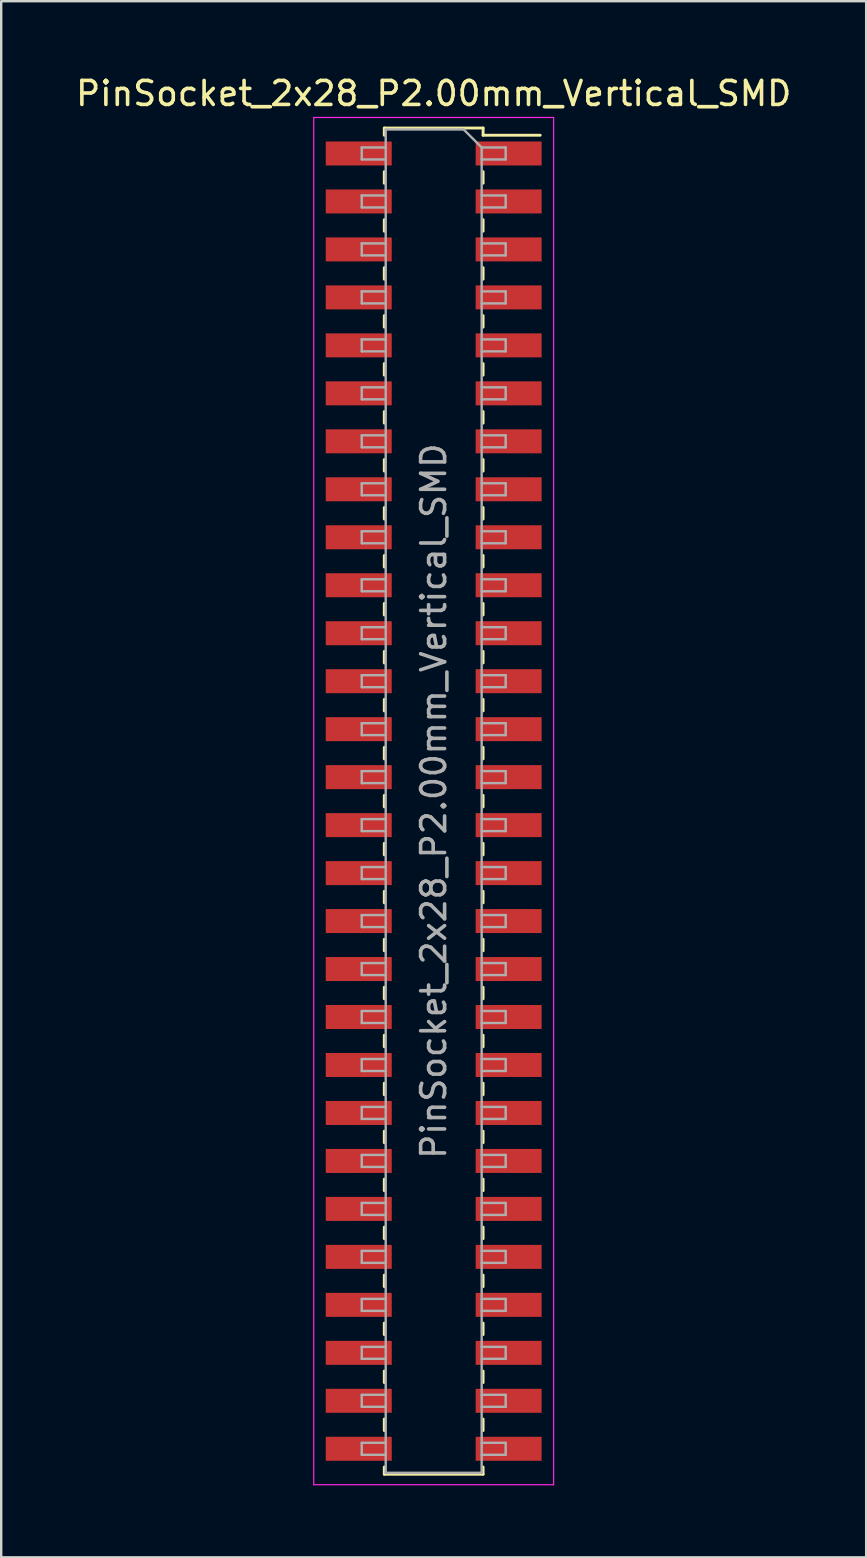
<source format=kicad_pcb>
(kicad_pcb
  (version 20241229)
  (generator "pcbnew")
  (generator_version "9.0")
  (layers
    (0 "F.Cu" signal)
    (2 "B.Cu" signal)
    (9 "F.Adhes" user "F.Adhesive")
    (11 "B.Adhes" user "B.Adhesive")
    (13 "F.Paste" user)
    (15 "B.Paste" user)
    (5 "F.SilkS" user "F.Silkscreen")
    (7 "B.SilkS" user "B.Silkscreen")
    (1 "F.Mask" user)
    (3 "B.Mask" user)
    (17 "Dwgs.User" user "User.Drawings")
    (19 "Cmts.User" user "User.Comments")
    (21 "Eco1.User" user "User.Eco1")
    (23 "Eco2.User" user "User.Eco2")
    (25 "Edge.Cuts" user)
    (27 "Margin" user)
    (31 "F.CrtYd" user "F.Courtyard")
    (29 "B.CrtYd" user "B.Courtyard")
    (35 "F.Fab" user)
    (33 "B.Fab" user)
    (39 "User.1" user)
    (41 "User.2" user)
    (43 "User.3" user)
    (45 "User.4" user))
  (footprint "PinSocket_2x28_P2.00mm_Vertical_SMD"
    (layer "F.Cu")
    (at 15.03 30.348)
    (property "Reference" "PinSocket_2x28_P2.00mm_Vertical_SMD" (at 0 -29.5 0) (layer "F.SilkS") (effects (font (size 1 1) (thickness 0.15))))
    (attr smd)
    (fp_line (start -2.06 -28.06) (end -2.06 -27.76) (stroke (width 0.12) (type solid)) (layer "F.SilkS"))
    (fp_line (start -2.06 -28.06) (end 2.06 -28.06) (stroke (width 0.12) (type solid)) (layer "F.SilkS"))
    (fp_line (start -2.06 -26.24) (end -2.06 -25.76) (stroke (width 0.12) (type solid)) (layer "F.SilkS"))
    (fp_line (start -2.06 -24.24) (end -2.06 -23.76) (stroke (width 0.12) (type solid)) (layer "F.SilkS"))
    (fp_line (start -2.06 -22.24) (end -2.06 -21.76) (stroke (width 0.12) (type solid)) (layer "F.SilkS"))
    (fp_line (start -2.06 -20.24) (end -2.06 -19.76) (stroke (width 0.12) (type solid)) (layer "F.SilkS"))
    (fp_line (start -2.06 -18.24) (end -2.06 -17.76) (stroke (width 0.12) (type solid)) (layer "F.SilkS"))
    (fp_line (start -2.06 -16.24) (end -2.06 -15.76) (stroke (width 0.12) (type solid)) (layer "F.SilkS"))
    (fp_line (start -2.06 -14.24) (end -2.06 -13.76) (stroke (width 0.12) (type solid)) (layer "F.SilkS"))
    (fp_line (start -2.06 -12.24) (end -2.06 -11.76) (stroke (width 0.12) (type solid)) (layer "F.SilkS"))
    (fp_line (start -2.06 -10.24) (end -2.06 -9.76) (stroke (width 0.12) (type solid)) (layer "F.SilkS"))
    (fp_line (start -2.06 -8.24) (end -2.06 -7.76) (stroke (width 0.12) (type solid)) (layer "F.SilkS"))
    (fp_line (start -2.06 -6.24) (end -2.06 -5.76) (stroke (width 0.12) (type solid)) (layer "F.SilkS"))
    (fp_line (start -2.06 -4.24) (end -2.06 -3.76) (stroke (width 0.12) (type solid)) (layer "F.SilkS"))
    (fp_line (start -2.06 -2.24) (end -2.06 -1.76) (stroke (width 0.12) (type solid)) (layer "F.SilkS"))
    (fp_line (start -2.06 -0.24) (end -2.06 0.24) (stroke (width 0.12) (type solid)) (layer "F.SilkS"))
    (fp_line (start -2.06 1.76) (end -2.06 2.24) (stroke (width 0.12) (type solid)) (layer "F.SilkS"))
    (fp_line (start -2.06 3.76) (end -2.06 4.24) (stroke (width 0.12) (type solid)) (layer "F.SilkS"))
    (fp_line (start -2.06 5.76) (end -2.06 6.24) (stroke (width 0.12) (type solid)) (layer "F.SilkS"))
    (fp_line (start -2.06 7.76) (end -2.06 8.24) (stroke (width 0.12) (type solid)) (layer "F.SilkS"))
    (fp_line (start -2.06 9.76) (end -2.06 10.24) (stroke (width 0.12) (type solid)) (layer "F.SilkS"))
    (fp_line (start -2.06 11.76) (end -2.06 12.24) (stroke (width 0.12) (type solid)) (layer "F.SilkS"))
    (fp_line (start -2.06 13.76) (end -2.06 14.24) (stroke (width 0.12) (type solid)) (layer "F.SilkS"))
    (fp_line (start -2.06 15.76) (end -2.06 16.24) (stroke (width 0.12) (type solid)) (layer "F.SilkS"))
    (fp_line (start -2.06 17.76) (end -2.06 18.24) (stroke (width 0.12) (type solid)) (layer "F.SilkS"))
    (fp_line (start -2.06 19.76) (end -2.06 20.24) (stroke (width 0.12) (type solid)) (layer "F.SilkS"))
    (fp_line (start -2.06 21.76) (end -2.06 22.24) (stroke (width 0.12) (type solid)) (layer "F.SilkS"))
    (fp_line (start -2.06 23.76) (end -2.06 24.24) (stroke (width 0.12) (type solid)) (layer "F.SilkS"))
    (fp_line (start -2.06 25.76) (end -2.06 26.24) (stroke (width 0.12) (type solid)) (layer "F.SilkS"))
    (fp_line (start -2.06 27.76) (end -2.06 28.06) (stroke (width 0.12) (type solid)) (layer "F.SilkS"))
    (fp_line (start -2.06 28.06) (end 2.06 28.06) (stroke (width 0.12) (type solid)) (layer "F.SilkS"))
    (fp_line (start 2.06 -28.06) (end 2.06 -27.76) (stroke (width 0.12) (type solid)) (layer "F.SilkS"))
    (fp_line (start 2.06 -27.76) (end 4.44 -27.76) (stroke (width 0.12) (type solid)) (layer "F.SilkS"))
    (fp_line (start 2.06 -26.24) (end 2.06 -25.76) (stroke (width 0.12) (type solid)) (layer "F.SilkS"))
    (fp_line (start 2.06 -24.24) (end 2.06 -23.76) (stroke (width 0.12) (type solid)) (layer "F.SilkS"))
    (fp_line (start 2.06 -22.24) (end 2.06 -21.76) (stroke (width 0.12) (type solid)) (layer "F.SilkS"))
    (fp_line (start 2.06 -20.24) (end 2.06 -19.76) (stroke (width 0.12) (type solid)) (layer "F.SilkS"))
    (fp_line (start 2.06 -18.24) (end 2.06 -17.76) (stroke (width 0.12) (type solid)) (layer "F.SilkS"))
    (fp_line (start 2.06 -16.24) (end 2.06 -15.76) (stroke (width 0.12) (type solid)) (layer "F.SilkS"))
    (fp_line (start 2.06 -14.24) (end 2.06 -13.76) (stroke (width 0.12) (type solid)) (layer "F.SilkS"))
    (fp_line (start 2.06 -12.24) (end 2.06 -11.76) (stroke (width 0.12) (type solid)) (layer "F.SilkS"))
    (fp_line (start 2.06 -10.24) (end 2.06 -9.76) (stroke (width 0.12) (type solid)) (layer "F.SilkS"))
    (fp_line (start 2.06 -8.24) (end 2.06 -7.76) (stroke (width 0.12) (type solid)) (layer "F.SilkS"))
    (fp_line (start 2.06 -6.24) (end 2.06 -5.76) (stroke (width 0.12) (type solid)) (layer "F.SilkS"))
    (fp_line (start 2.06 -4.24) (end 2.06 -3.76) (stroke (width 0.12) (type solid)) (layer "F.SilkS"))
    (fp_line (start 2.06 -2.24) (end 2.06 -1.76) (stroke (width 0.12) (type solid)) (layer "F.SilkS"))
    (fp_line (start 2.06 -0.24) (end 2.06 0.24) (stroke (width 0.12) (type solid)) (layer "F.SilkS"))
    (fp_line (start 2.06 1.76) (end 2.06 2.24) (stroke (width 0.12) (type solid)) (layer "F.SilkS"))
    (fp_line (start 2.06 3.76) (end 2.06 4.24) (stroke (width 0.12) (type solid)) (layer "F.SilkS"))
    (fp_line (start 2.06 5.76) (end 2.06 6.24) (stroke (width 0.12) (type solid)) (layer "F.SilkS"))
    (fp_line (start 2.06 7.76) (end 2.06 8.24) (stroke (width 0.12) (type solid)) (layer "F.SilkS"))
    (fp_line (start 2.06 9.76) (end 2.06 10.24) (stroke (width 0.12) (type solid)) (layer "F.SilkS"))
    (fp_line (start 2.06 11.76) (end 2.06 12.24) (stroke (width 0.12) (type solid)) (layer "F.SilkS"))
    (fp_line (start 2.06 13.76) (end 2.06 14.24) (stroke (width 0.12) (type solid)) (layer "F.SilkS"))
    (fp_line (start 2.06 15.76) (end 2.06 16.24) (stroke (width 0.12) (type solid)) (layer "F.SilkS"))
    (fp_line (start 2.06 17.76) (end 2.06 18.24) (stroke (width 0.12) (type solid)) (layer "F.SilkS"))
    (fp_line (start 2.06 19.76) (end 2.06 20.24) (stroke (width 0.12) (type solid)) (layer "F.SilkS"))
    (fp_line (start 2.06 21.76) (end 2.06 22.24) (stroke (width 0.12) (type solid)) (layer "F.SilkS"))
    (fp_line (start 2.06 23.76) (end 2.06 24.24) (stroke (width 0.12) (type solid)) (layer "F.SilkS"))
    (fp_line (start 2.06 25.76) (end 2.06 26.24) (stroke (width 0.12) (type solid)) (layer "F.SilkS"))
    (fp_line (start 2.06 27.76) (end 2.06 28.06) (stroke (width 0.12) (type solid)) (layer "F.SilkS"))
    (fp_line (start -5 -28.5) (end 5 -28.5) (stroke (width 0.05) (type solid)) (layer "F.CrtYd"))
    (fp_line (start -5 28.5) (end -5 -28.5) (stroke (width 0.05) (type solid)) (layer "F.CrtYd"))
    (fp_line (start 5 -28.5) (end 5 28.5) (stroke (width 0.05) (type solid)) (layer "F.CrtYd"))
    (fp_line (start 5 28.5) (end -5 28.5) (stroke (width 0.05) (type solid)) (layer "F.CrtYd"))
    (fp_line (start -3 -27.25) (end -2 -27.25) (stroke (width 0.1) (type solid)) (layer "F.Fab"))
    (fp_line (start -3 -26.75) (end -3 -27.25) (stroke (width 0.1) (type solid)) (layer "F.Fab"))
    (fp_line (start -3 -25.25) (end -2 -25.25) (stroke (width 0.1) (type solid)) (layer "F.Fab"))
    (fp_line (start -3 -24.75) (end -3 -25.25) (stroke (width 0.1) (type solid)) (layer "F.Fab"))
    (fp_line (start -3 -23.25) (end -2 -23.25) (stroke (width 0.1) (type solid)) (layer "F.Fab"))
    (fp_line (start -3 -22.75) (end -3 -23.25) (stroke (width 0.1) (type solid)) (layer "F.Fab"))
    (fp_line (start -3 -21.25) (end -2 -21.25) (stroke (width 0.1) (type solid)) (layer "F.Fab"))
    (fp_line (start -3 -20.75) (end -3 -21.25) (stroke (width 0.1) (type solid)) (layer "F.Fab"))
    (fp_line (start -3 -19.25) (end -2 -19.25) (stroke (width 0.1) (type solid)) (layer "F.Fab"))
    (fp_line (start -3 -18.75) (end -3 -19.25) (stroke (width 0.1) (type solid)) (layer "F.Fab"))
    (fp_line (start -3 -17.25) (end -2 -17.25) (stroke (width 0.1) (type solid)) (layer "F.Fab"))
    (fp_line (start -3 -16.75) (end -3 -17.25) (stroke (width 0.1) (type solid)) (layer "F.Fab"))
    (fp_line (start -3 -15.25) (end -2 -15.25) (stroke (width 0.1) (type solid)) (layer "F.Fab"))
    (fp_line (start -3 -14.75) (end -3 -15.25) (stroke (width 0.1) (type solid)) (layer "F.Fab"))
    (fp_line (start -3 -13.25) (end -2 -13.25) (stroke (width 0.1) (type solid)) (layer "F.Fab"))
    (fp_line (start -3 -12.75) (end -3 -13.25) (stroke (width 0.1) (type solid)) (layer "F.Fab"))
    (fp_line (start -3 -11.25) (end -2 -11.25) (stroke (width 0.1) (type solid)) (layer "F.Fab"))
    (fp_line (start -3 -10.75) (end -3 -11.25) (stroke (width 0.1) (type solid)) (layer "F.Fab"))
    (fp_line (start -3 -9.25) (end -2 -9.25) (stroke (width 0.1) (type solid)) (layer "F.Fab"))
    (fp_line (start -3 -8.75) (end -3 -9.25) (stroke (width 0.1) (type solid)) (layer "F.Fab"))
    (fp_line (start -3 -7.25) (end -2 -7.25) (stroke (width 0.1) (type solid)) (layer "F.Fab"))
    (fp_line (start -3 -6.75) (end -3 -7.25) (stroke (width 0.1) (type solid)) (layer "F.Fab"))
    (fp_line (start -3 -5.25) (end -2 -5.25) (stroke (width 0.1) (type solid)) (layer "F.Fab"))
    (fp_line (start -3 -4.75) (end -3 -5.25) (stroke (width 0.1) (type solid)) (layer "F.Fab"))
    (fp_line (start -3 -3.25) (end -2 -3.25) (stroke (width 0.1) (type solid)) (layer "F.Fab"))
    (fp_line (start -3 -2.75) (end -3 -3.25) (stroke (width 0.1) (type solid)) (layer "F.Fab"))
    (fp_line (start -3 -1.25) (end -2 -1.25) (stroke (width 0.1) (type solid)) (layer "F.Fab"))
    (fp_line (start -3 -0.75) (end -3 -1.25) (stroke (width 0.1) (type solid)) (layer "F.Fab"))
    (fp_line (start -3 0.75) (end -2 0.75) (stroke (width 0.1) (type solid)) (layer "F.Fab"))
    (fp_line (start -3 1.25) (end -3 0.75) (stroke (width 0.1) (type solid)) (layer "F.Fab"))
    (fp_line (start -3 2.75) (end -2 2.75) (stroke (width 0.1) (type solid)) (layer "F.Fab"))
    (fp_line (start -3 3.25) (end -3 2.75) (stroke (width 0.1) (type solid)) (layer "F.Fab"))
    (fp_line (start -3 4.75) (end -2 4.75) (stroke (width 0.1) (type solid)) (layer "F.Fab"))
    (fp_line (start -3 5.25) (end -3 4.75) (stroke (width 0.1) (type solid)) (layer "F.Fab"))
    (fp_line (start -3 6.75) (end -2 6.75) (stroke (width 0.1) (type solid)) (layer "F.Fab"))
    (fp_line (start -3 7.25) (end -3 6.75) (stroke (width 0.1) (type solid)) (layer "F.Fab"))
    (fp_line (start -3 8.75) (end -2 8.75) (stroke (width 0.1) (type solid)) (layer "F.Fab"))
    (fp_line (start -3 9.25) (end -3 8.75) (stroke (width 0.1) (type solid)) (layer "F.Fab"))
    (fp_line (start -3 10.75) (end -2 10.75) (stroke (width 0.1) (type solid)) (layer "F.Fab"))
    (fp_line (start -3 11.25) (end -3 10.75) (stroke (width 0.1) (type solid)) (layer "F.Fab"))
    (fp_line (start -3 12.75) (end -2 12.75) (stroke (width 0.1) (type solid)) (layer "F.Fab"))
    (fp_line (start -3 13.25) (end -3 12.75) (stroke (width 0.1) (type solid)) (layer "F.Fab"))
    (fp_line (start -3 14.75) (end -2 14.75) (stroke (width 0.1) (type solid)) (layer "F.Fab"))
    (fp_line (start -3 15.25) (end -3 14.75) (stroke (width 0.1) (type solid)) (layer "F.Fab"))
    (fp_line (start -3 16.75) (end -2 16.75) (stroke (width 0.1) (type solid)) (layer "F.Fab"))
    (fp_line (start -3 17.25) (end -3 16.75) (stroke (width 0.1) (type solid)) (layer "F.Fab"))
    (fp_line (start -3 18.75) (end -2 18.75) (stroke (width 0.1) (type solid)) (layer "F.Fab"))
    (fp_line (start -3 19.25) (end -3 18.75) (stroke (width 0.1) (type solid)) (layer "F.Fab"))
    (fp_line (start -3 20.75) (end -2 20.75) (stroke (width 0.1) (type solid)) (layer "F.Fab"))
    (fp_line (start -3 21.25) (end -3 20.75) (stroke (width 0.1) (type solid)) (layer "F.Fab"))
    (fp_line (start -3 22.75) (end -2 22.75) (stroke (width 0.1) (type solid)) (layer "F.Fab"))
    (fp_line (start -3 23.25) (end -3 22.75) (stroke (width 0.1) (type solid)) (layer "F.Fab"))
    (fp_line (start -3 24.75) (end -2 24.75) (stroke (width 0.1) (type solid)) (layer "F.Fab"))
    (fp_line (start -3 25.25) (end -3 24.75) (stroke (width 0.1) (type solid)) (layer "F.Fab"))
    (fp_line (start -3 26.75) (end -2 26.75) (stroke (width 0.1) (type solid)) (layer "F.Fab"))
    (fp_line (start -3 27.25) (end -3 26.75) (stroke (width 0.1) (type solid)) (layer "F.Fab"))
    (fp_line (start -2 -28) (end 1.25 -28) (stroke (width 0.1) (type solid)) (layer "F.Fab"))
    (fp_line (start -2 -26.75) (end -3 -26.75) (stroke (width 0.1) (type solid)) (layer "F.Fab"))
    (fp_line (start -2 -24.75) (end -3 -24.75) (stroke (width 0.1) (type solid)) (layer "F.Fab"))
    (fp_line (start -2 -22.75) (end -3 -22.75) (stroke (width 0.1) (type solid)) (layer "F.Fab"))
    (fp_line (start -2 -20.75) (end -3 -20.75) (stroke (width 0.1) (type solid)) (layer "F.Fab"))
    (fp_line (start -2 -18.75) (end -3 -18.75) (stroke (width 0.1) (type solid)) (layer "F.Fab"))
    (fp_line (start -2 -16.75) (end -3 -16.75) (stroke (width 0.1) (type solid)) (layer "F.Fab"))
    (fp_line (start -2 -14.75) (end -3 -14.75) (stroke (width 0.1) (type solid)) (layer "F.Fab"))
    (fp_line (start -2 -12.75) (end -3 -12.75) (stroke (width 0.1) (type solid)) (layer "F.Fab"))
    (fp_line (start -2 -10.75) (end -3 -10.75) (stroke (width 0.1) (type solid)) (layer "F.Fab"))
    (fp_line (start -2 -8.75) (end -3 -8.75) (stroke (width 0.1) (type solid)) (layer "F.Fab"))
    (fp_line (start -2 -6.75) (end -3 -6.75) (stroke (width 0.1) (type solid)) (layer "F.Fab"))
    (fp_line (start -2 -4.75) (end -3 -4.75) (stroke (width 0.1) (type solid)) (layer "F.Fab"))
    (fp_line (start -2 -2.75) (end -3 -2.75) (stroke (width 0.1) (type solid)) (layer "F.Fab"))
    (fp_line (start -2 -0.75) (end -3 -0.75) (stroke (width 0.1) (type solid)) (layer "F.Fab"))
    (fp_line (start -2 1.25) (end -3 1.25) (stroke (width 0.1) (type solid)) (layer "F.Fab"))
    (fp_line (start -2 3.25) (end -3 3.25) (stroke (width 0.1) (type solid)) (layer "F.Fab"))
    (fp_line (start -2 5.25) (end -3 5.25) (stroke (width 0.1) (type solid)) (layer "F.Fab"))
    (fp_line (start -2 7.25) (end -3 7.25) (stroke (width 0.1) (type solid)) (layer "F.Fab"))
    (fp_line (start -2 9.25) (end -3 9.25) (stroke (width 0.1) (type solid)) (layer "F.Fab"))
    (fp_line (start -2 11.25) (end -3 11.25) (stroke (width 0.1) (type solid)) (layer "F.Fab"))
    (fp_line (start -2 13.25) (end -3 13.25) (stroke (width 0.1) (type solid)) (layer "F.Fab"))
    (fp_line (start -2 15.25) (end -3 15.25) (stroke (width 0.1) (type solid)) (layer "F.Fab"))
    (fp_line (start -2 17.25) (end -3 17.25) (stroke (width 0.1) (type solid)) (layer "F.Fab"))
    (fp_line (start -2 19.25) (end -3 19.25) (stroke (width 0.1) (type solid)) (layer "F.Fab"))
    (fp_line (start -2 21.25) (end -3 21.25) (stroke (width 0.1) (type solid)) (layer "F.Fab"))
    (fp_line (start -2 23.25) (end -3 23.25) (stroke (width 0.1) (type solid)) (layer "F.Fab"))
    (fp_line (start -2 25.25) (end -3 25.25) (stroke (width 0.1) (type solid)) (layer "F.Fab"))
    (fp_line (start -2 27.25) (end -3 27.25) (stroke (width 0.1) (type solid)) (layer "F.Fab"))
    (fp_line (start -2 28) (end -2 -28) (stroke (width 0.1) (type solid)) (layer "F.Fab"))
    (fp_line (start 1.25 -28) (end 2 -27.25) (stroke (width 0.1) (type solid)) (layer "F.Fab"))
    (fp_line (start 2 -27.25) (end 2 28) (stroke (width 0.1) (type solid)) (layer "F.Fab"))
    (fp_line (start 2 -27.25) (end 3 -27.25) (stroke (width 0.1) (type solid)) (layer "F.Fab"))
    (fp_line (start 2 -25.25) (end 3 -25.25) (stroke (width 0.1) (type solid)) (layer "F.Fab"))
    (fp_line (start 2 -23.25) (end 3 -23.25) (stroke (width 0.1) (type solid)) (layer "F.Fab"))
    (fp_line (start 2 -21.25) (end 3 -21.25) (stroke (width 0.1) (type solid)) (layer "F.Fab"))
    (fp_line (start 2 -19.25) (end 3 -19.25) (stroke (width 0.1) (type solid)) (layer "F.Fab"))
    (fp_line (start 2 -17.25) (end 3 -17.25) (stroke (width 0.1) (type solid)) (layer "F.Fab"))
    (fp_line (start 2 -15.25) (end 3 -15.25) (stroke (width 0.1) (type solid)) (layer "F.Fab"))
    (fp_line (start 2 -13.25) (end 3 -13.25) (stroke (width 0.1) (type solid)) (layer "F.Fab"))
    (fp_line (start 2 -11.25) (end 3 -11.25) (stroke (width 0.1) (type solid)) (layer "F.Fab"))
    (fp_line (start 2 -9.25) (end 3 -9.25) (stroke (width 0.1) (type solid)) (layer "F.Fab"))
    (fp_line (start 2 -7.25) (end 3 -7.25) (stroke (width 0.1) (type solid)) (layer "F.Fab"))
    (fp_line (start 2 -5.25) (end 3 -5.25) (stroke (width 0.1) (type solid)) (layer "F.Fab"))
    (fp_line (start 2 -3.25) (end 3 -3.25) (stroke (width 0.1) (type solid)) (layer "F.Fab"))
    (fp_line (start 2 -1.25) (end 3 -1.25) (stroke (width 0.1) (type solid)) (layer "F.Fab"))
    (fp_line (start 2 0.75) (end 3 0.75) (stroke (width 0.1) (type solid)) (layer "F.Fab"))
    (fp_line (start 2 2.75) (end 3 2.75) (stroke (width 0.1) (type solid)) (layer "F.Fab"))
    (fp_line (start 2 4.75) (end 3 4.75) (stroke (width 0.1) (type solid)) (layer "F.Fab"))
    (fp_line (start 2 6.75) (end 3 6.75) (stroke (width 0.1) (type solid)) (layer "F.Fab"))
    (fp_line (start 2 8.75) (end 3 8.75) (stroke (width 0.1) (type solid)) (layer "F.Fab"))
    (fp_line (start 2 10.75) (end 3 10.75) (stroke (width 0.1) (type solid)) (layer "F.Fab"))
    (fp_line (start 2 12.75) (end 3 12.75) (stroke (width 0.1) (type solid)) (layer "F.Fab"))
    (fp_line (start 2 14.75) (end 3 14.75) (stroke (width 0.1) (type solid)) (layer "F.Fab"))
    (fp_line (start 2 16.75) (end 3 16.75) (stroke (width 0.1) (type solid)) (layer "F.Fab"))
    (fp_line (start 2 18.75) (end 3 18.75) (stroke (width 0.1) (type solid)) (layer "F.Fab"))
    (fp_line (start 2 20.75) (end 3 20.75) (stroke (width 0.1) (type solid)) (layer "F.Fab"))
    (fp_line (start 2 22.75) (end 3 22.75) (stroke (width 0.1) (type solid)) (layer "F.Fab"))
    (fp_line (start 2 24.75) (end 3 24.75) (stroke (width 0.1) (type solid)) (layer "F.Fab"))
    (fp_line (start 2 26.75) (end 3 26.75) (stroke (width 0.1) (type solid)) (layer "F.Fab"))
    (fp_line (start 2 28) (end -2 28) (stroke (width 0.1) (type solid)) (layer "F.Fab"))
    (fp_line (start 3 -27.25) (end 3 -26.75) (stroke (width 0.1) (type solid)) (layer "F.Fab"))
    (fp_line (start 3 -26.75) (end 2 -26.75) (stroke (width 0.1) (type solid)) (layer "F.Fab"))
    (fp_line (start 3 -25.25) (end 3 -24.75) (stroke (width 0.1) (type solid)) (layer "F.Fab"))
    (fp_line (start 3 -24.75) (end 2 -24.75) (stroke (width 0.1) (type solid)) (layer "F.Fab"))
    (fp_line (start 3 -23.25) (end 3 -22.75) (stroke (width 0.1) (type solid)) (layer "F.Fab"))
    (fp_line (start 3 -22.75) (end 2 -22.75) (stroke (width 0.1) (type solid)) (layer "F.Fab"))
    (fp_line (start 3 -21.25) (end 3 -20.75) (stroke (width 0.1) (type solid)) (layer "F.Fab"))
    (fp_line (start 3 -20.75) (end 2 -20.75) (stroke (width 0.1) (type solid)) (layer "F.Fab"))
    (fp_line (start 3 -19.25) (end 3 -18.75) (stroke (width 0.1) (type solid)) (layer "F.Fab"))
    (fp_line (start 3 -18.75) (end 2 -18.75) (stroke (width 0.1) (type solid)) (layer "F.Fab"))
    (fp_line (start 3 -17.25) (end 3 -16.75) (stroke (width 0.1) (type solid)) (layer "F.Fab"))
    (fp_line (start 3 -16.75) (end 2 -16.75) (stroke (width 0.1) (type solid)) (layer "F.Fab"))
    (fp_line (start 3 -15.25) (end 3 -14.75) (stroke (width 0.1) (type solid)) (layer "F.Fab"))
    (fp_line (start 3 -14.75) (end 2 -14.75) (stroke (width 0.1) (type solid)) (layer "F.Fab"))
    (fp_line (start 3 -13.25) (end 3 -12.75) (stroke (width 0.1) (type solid)) (layer "F.Fab"))
    (fp_line (start 3 -12.75) (end 2 -12.75) (stroke (width 0.1) (type solid)) (layer "F.Fab"))
    (fp_line (start 3 -11.25) (end 3 -10.75) (stroke (width 0.1) (type solid)) (layer "F.Fab"))
    (fp_line (start 3 -10.75) (end 2 -10.75) (stroke (width 0.1) (type solid)) (layer "F.Fab"))
    (fp_line (start 3 -9.25) (end 3 -8.75) (stroke (width 0.1) (type solid)) (layer "F.Fab"))
    (fp_line (start 3 -8.75) (end 2 -8.75) (stroke (width 0.1) (type solid)) (layer "F.Fab"))
    (fp_line (start 3 -7.25) (end 3 -6.75) (stroke (width 0.1) (type solid)) (layer "F.Fab"))
    (fp_line (start 3 -6.75) (end 2 -6.75) (stroke (width 0.1) (type solid)) (layer "F.Fab"))
    (fp_line (start 3 -5.25) (end 3 -4.75) (stroke (width 0.1) (type solid)) (layer "F.Fab"))
    (fp_line (start 3 -4.75) (end 2 -4.75) (stroke (width 0.1) (type solid)) (layer "F.Fab"))
    (fp_line (start 3 -3.25) (end 3 -2.75) (stroke (width 0.1) (type solid)) (layer "F.Fab"))
    (fp_line (start 3 -2.75) (end 2 -2.75) (stroke (width 0.1) (type solid)) (layer "F.Fab"))
    (fp_line (start 3 -1.25) (end 3 -0.75) (stroke (width 0.1) (type solid)) (layer "F.Fab"))
    (fp_line (start 3 -0.75) (end 2 -0.75) (stroke (width 0.1) (type solid)) (layer "F.Fab"))
    (fp_line (start 3 0.75) (end 3 1.25) (stroke (width 0.1) (type solid)) (layer "F.Fab"))
    (fp_line (start 3 1.25) (end 2 1.25) (stroke (width 0.1) (type solid)) (layer "F.Fab"))
    (fp_line (start 3 2.75) (end 3 3.25) (stroke (width 0.1) (type solid)) (layer "F.Fab"))
    (fp_line (start 3 3.25) (end 2 3.25) (stroke (width 0.1) (type solid)) (layer "F.Fab"))
    (fp_line (start 3 4.75) (end 3 5.25) (stroke (width 0.1) (type solid)) (layer "F.Fab"))
    (fp_line (start 3 5.25) (end 2 5.25) (stroke (width 0.1) (type solid)) (layer "F.Fab"))
    (fp_line (start 3 6.75) (end 3 7.25) (stroke (width 0.1) (type solid)) (layer "F.Fab"))
    (fp_line (start 3 7.25) (end 2 7.25) (stroke (width 0.1) (type solid)) (layer "F.Fab"))
    (fp_line (start 3 8.75) (end 3 9.25) (stroke (width 0.1) (type solid)) (layer "F.Fab"))
    (fp_line (start 3 9.25) (end 2 9.25) (stroke (width 0.1) (type solid)) (layer "F.Fab"))
    (fp_line (start 3 10.75) (end 3 11.25) (stroke (width 0.1) (type solid)) (layer "F.Fab"))
    (fp_line (start 3 11.25) (end 2 11.25) (stroke (width 0.1) (type solid)) (layer "F.Fab"))
    (fp_line (start 3 12.75) (end 3 13.25) (stroke (width 0.1) (type solid)) (layer "F.Fab"))
    (fp_line (start 3 13.25) (end 2 13.25) (stroke (width 0.1) (type solid)) (layer "F.Fab"))
    (fp_line (start 3 14.75) (end 3 15.25) (stroke (width 0.1) (type solid)) (layer "F.Fab"))
    (fp_line (start 3 15.25) (end 2 15.25) (stroke (width 0.1) (type solid)) (layer "F.Fab"))
    (fp_line (start 3 16.75) (end 3 17.25) (stroke (width 0.1) (type solid)) (layer "F.Fab"))
    (fp_line (start 3 17.25) (end 2 17.25) (stroke (width 0.1) (type solid)) (layer "F.Fab"))
    (fp_line (start 3 18.75) (end 3 19.25) (stroke (width 0.1) (type solid)) (layer "F.Fab"))
    (fp_line (start 3 19.25) (end 2 19.25) (stroke (width 0.1) (type solid)) (layer "F.Fab"))
    (fp_line (start 3 20.75) (end 3 21.25) (stroke (width 0.1) (type solid)) (layer "F.Fab"))
    (fp_line (start 3 21.25) (end 2 21.25) (stroke (width 0.1) (type solid)) (layer "F.Fab"))
    (fp_line (start 3 22.75) (end 3 23.25) (stroke (width 0.1) (type solid)) (layer "F.Fab"))
    (fp_line (start 3 23.25) (end 2 23.25) (stroke (width 0.1) (type solid)) (layer "F.Fab"))
    (fp_line (start 3 24.75) (end 3 25.25) (stroke (width 0.1) (type solid)) (layer "F.Fab"))
    (fp_line (start 3 25.25) (end 2 25.25) (stroke (width 0.1) (type solid)) (layer "F.Fab"))
    (fp_line (start 3 26.75) (end 3 27.25) (stroke (width 0.1) (type solid)) (layer "F.Fab"))
    (fp_line (start 3 27.25) (end 2 27.25) (stroke (width 0.1) (type solid)) (layer "F.Fab"))
    (fp_text user "${REFERENCE}" (at 0 0 90) (layer "F.Fab") (effects (font (size 1 1) (thickness 0.15))))
    (pad "1" smd rect (at 3.125 -27) (size 2.75 1) (layers "F.Cu" "F.Mask" "F.Paste"))
    (pad "2" smd rect (at -3.125 -27) (size 2.75 1) (layers "F.Cu" "F.Mask" "F.Paste"))
    (pad "3" smd rect (at 3.125 -25) (size 2.75 1) (layers "F.Cu" "F.Mask" "F.Paste"))
    (pad "4" smd rect (at -3.125 -25) (size 2.75 1) (layers "F.Cu" "F.Mask" "F.Paste"))
    (pad "5" smd rect (at 3.125 -23) (size 2.75 1) (layers "F.Cu" "F.Mask" "F.Paste"))
    (pad "6" smd rect (at -3.125 -23) (size 2.75 1) (layers "F.Cu" "F.Mask" "F.Paste"))
    (pad "7" smd rect (at 3.125 -21) (size 2.75 1) (layers "F.Cu" "F.Mask" "F.Paste"))
    (pad "8" smd rect (at -3.125 -21) (size 2.75 1) (layers "F.Cu" "F.Mask" "F.Paste"))
    (pad "9" smd rect (at 3.125 -19) (size 2.75 1) (layers "F.Cu" "F.Mask" "F.Paste"))
    (pad "10" smd rect (at -3.125 -19) (size 2.75 1) (layers "F.Cu" "F.Mask" "F.Paste"))
    (pad "11" smd rect (at 3.125 -17) (size 2.75 1) (layers "F.Cu" "F.Mask" "F.Paste"))
    (pad "12" smd rect (at -3.125 -17) (size 2.75 1) (layers "F.Cu" "F.Mask" "F.Paste"))
    (pad "13" smd rect (at 3.125 -15) (size 2.75 1) (layers "F.Cu" "F.Mask" "F.Paste"))
    (pad "14" smd rect (at -3.125 -15) (size 2.75 1) (layers "F.Cu" "F.Mask" "F.Paste"))
    (pad "15" smd rect (at 3.125 -13) (size 2.75 1) (layers "F.Cu" "F.Mask" "F.Paste"))
    (pad "16" smd rect (at -3.125 -13) (size 2.75 1) (layers "F.Cu" "F.Mask" "F.Paste"))
    (pad "17" smd rect (at 3.125 -11) (size 2.75 1) (layers "F.Cu" "F.Mask" "F.Paste"))
    (pad "18" smd rect (at -3.125 -11) (size 2.75 1) (layers "F.Cu" "F.Mask" "F.Paste"))
    (pad "19" smd rect (at 3.125 -9) (size 2.75 1) (layers "F.Cu" "F.Mask" "F.Paste"))
    (pad "20" smd rect (at -3.125 -9) (size 2.75 1) (layers "F.Cu" "F.Mask" "F.Paste"))
    (pad "21" smd rect (at 3.125 -7) (size 2.75 1) (layers "F.Cu" "F.Mask" "F.Paste"))
    (pad "22" smd rect (at -3.125 -7) (size 2.75 1) (layers "F.Cu" "F.Mask" "F.Paste"))
    (pad "23" smd rect (at 3.125 -5) (size 2.75 1) (layers "F.Cu" "F.Mask" "F.Paste"))
    (pad "24" smd rect (at -3.125 -5) (size 2.75 1) (layers "F.Cu" "F.Mask" "F.Paste"))
    (pad "25" smd rect (at 3.125 -3) (size 2.75 1) (layers "F.Cu" "F.Mask" "F.Paste"))
    (pad "26" smd rect (at -3.125 -3) (size 2.75 1) (layers "F.Cu" "F.Mask" "F.Paste"))
    (pad "27" smd rect (at 3.125 -1) (size 2.75 1) (layers "F.Cu" "F.Mask" "F.Paste"))
    (pad "28" smd rect (at -3.125 -1) (size 2.75 1) (layers "F.Cu" "F.Mask" "F.Paste"))
    (pad "29" smd rect (at 3.125 1) (size 2.75 1) (layers "F.Cu" "F.Mask" "F.Paste"))
    (pad "30" smd rect (at -3.125 1) (size 2.75 1) (layers "F.Cu" "F.Mask" "F.Paste"))
    (pad "31" smd rect (at 3.125 3) (size 2.75 1) (layers "F.Cu" "F.Mask" "F.Paste"))
    (pad "32" smd rect (at -3.125 3) (size 2.75 1) (layers "F.Cu" "F.Mask" "F.Paste"))
    (pad "33" smd rect (at 3.125 5) (size 2.75 1) (layers "F.Cu" "F.Mask" "F.Paste"))
    (pad "34" smd rect (at -3.125 5) (size 2.75 1) (layers "F.Cu" "F.Mask" "F.Paste"))
    (pad "35" smd rect (at 3.125 7) (size 2.75 1) (layers "F.Cu" "F.Mask" "F.Paste"))
    (pad "36" smd rect (at -3.125 7) (size 2.75 1) (layers "F.Cu" "F.Mask" "F.Paste"))
    (pad "37" smd rect (at 3.125 9) (size 2.75 1) (layers "F.Cu" "F.Mask" "F.Paste"))
    (pad "38" smd rect (at -3.125 9) (size 2.75 1) (layers "F.Cu" "F.Mask" "F.Paste"))
    (pad "39" smd rect (at 3.125 11) (size 2.75 1) (layers "F.Cu" "F.Mask" "F.Paste"))
    (pad "40" smd rect (at -3.125 11) (size 2.75 1) (layers "F.Cu" "F.Mask" "F.Paste"))
    (pad "41" smd rect (at 3.125 13) (size 2.75 1) (layers "F.Cu" "F.Mask" "F.Paste"))
    (pad "42" smd rect (at -3.125 13) (size 2.75 1) (layers "F.Cu" "F.Mask" "F.Paste"))
    (pad "43" smd rect (at 3.125 15) (size 2.75 1) (layers "F.Cu" "F.Mask" "F.Paste"))
    (pad "44" smd rect (at -3.125 15) (size 2.75 1) (layers "F.Cu" "F.Mask" "F.Paste"))
    (pad "45" smd rect (at 3.125 17) (size 2.75 1) (layers "F.Cu" "F.Mask" "F.Paste"))
    (pad "46" smd rect (at -3.125 17) (size 2.75 1) (layers "F.Cu" "F.Mask" "F.Paste"))
    (pad "47" smd rect (at 3.125 19) (size 2.75 1) (layers "F.Cu" "F.Mask" "F.Paste"))
    (pad "48" smd rect (at -3.125 19) (size 2.75 1) (layers "F.Cu" "F.Mask" "F.Paste"))
    (pad "49" smd rect (at 3.125 21) (size 2.75 1) (layers "F.Cu" "F.Mask" "F.Paste"))
    (pad "50" smd rect (at -3.125 21) (size 2.75 1) (layers "F.Cu" "F.Mask" "F.Paste"))
    (pad "51" smd rect (at 3.125 23) (size 2.75 1) (layers "F.Cu" "F.Mask" "F.Paste"))
    (pad "52" smd rect (at -3.125 23) (size 2.75 1) (layers "F.Cu" "F.Mask" "F.Paste"))
    (pad "53" smd rect (at 3.125 25) (size 2.75 1) (layers "F.Cu" "F.Mask" "F.Paste"))
    (pad "54" smd rect (at -3.125 25) (size 2.75 1) (layers "F.Cu" "F.Mask" "F.Paste"))
    (pad "55" smd rect (at 3.125 27) (size 2.75 1) (layers "F.Cu" "F.Mask" "F.Paste"))
    (pad "56" smd rect (at -3.125 27) (size 2.75 1) (layers "F.Cu" "F.Mask" "F.Paste")))
  (gr_rect
    (start -3 -3)
    (end 33.06 61.873)
    (stroke (width 0.1) (type default))
    (fill no)
    (layer "Edge.Cuts")))
</source>
